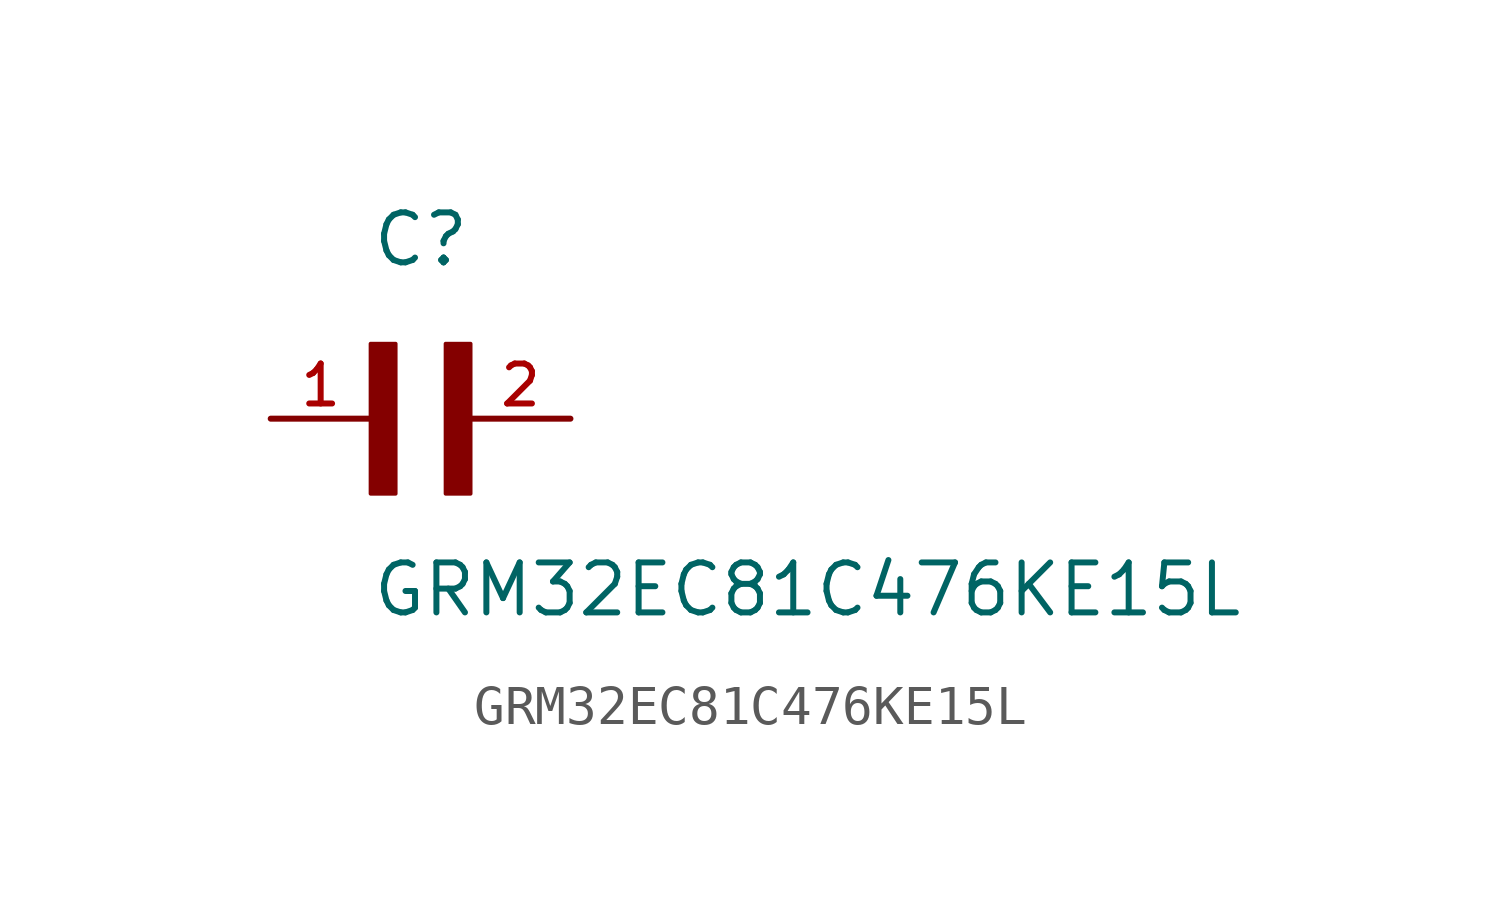
<source format=kicad_sym>
(kicad_symbol_lib
  (version 20211014)
  (generator kicad_symbol_editor)
  (symbol "GRM32EC81C476KE15L"
    (pin_names
      (offset 1.016))
    (property "Reference" "C"
      (at 0.0 3.811 0)
      (effects (font (size 1.27 1.27)) (justify bottom left)))
    (property "Value" "GRM32EC81C476KE15L"
      (at 0.0 -5.088 0)
      (effects (font (size 1.27 1.27)) (justify bottom left)))
    (symbol "GRM32EC81C476KE15L_0_0"
      (rectangle (start 0.0 -1.907) (end 0.635 1.905) (stroke (width 0.1)) (fill (type outline)))
      (rectangle (start 1.907 -1.907) (end 2.54 1.905) (stroke (width 0.1)) (fill (type outline)))
      (pin passive line (at 5.08 0.0 180.0) (length 2.54) (name "~" (effects (font (size 1.016 1.016)))) (number "2" (effects (font (size 1.016 1.016)))))
      (pin passive line (at -2.54 0.0 0) (length 2.54) (name "~" (effects (font (size 1.016 1.016)))) (number "1" (effects (font (size 1.016 1.016))))))))
</source>
